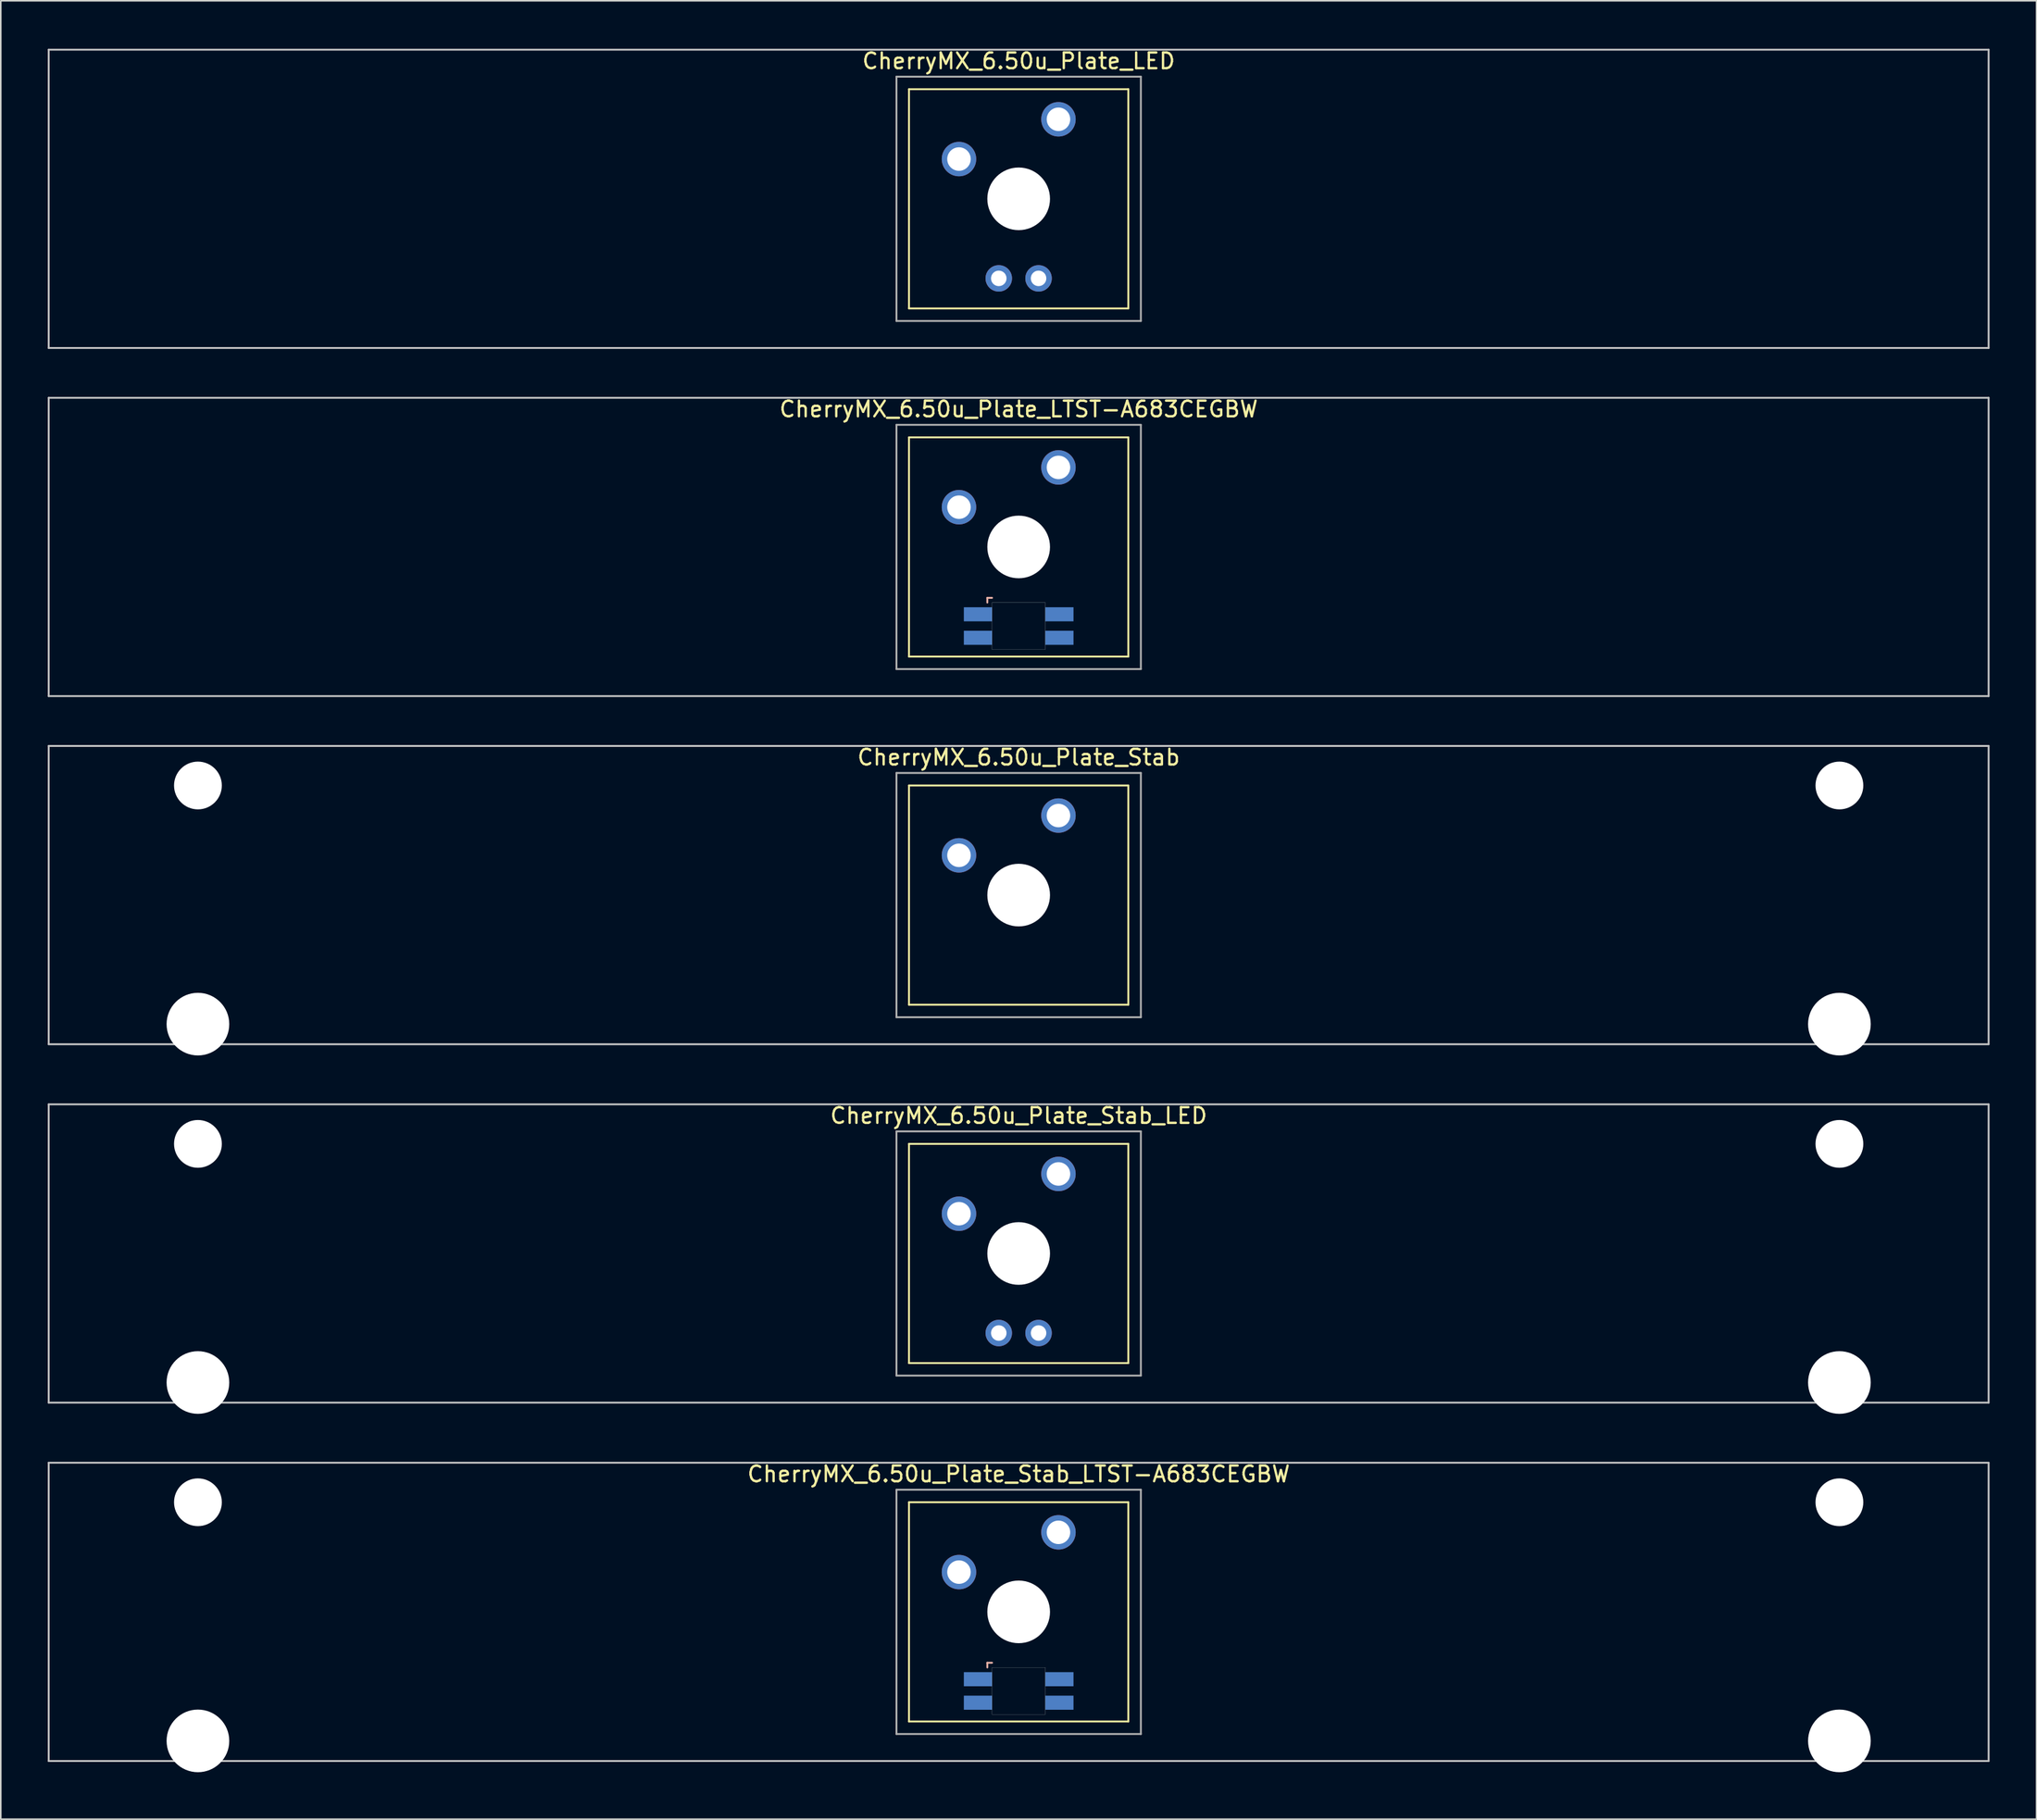
<source format=kicad_pcb>
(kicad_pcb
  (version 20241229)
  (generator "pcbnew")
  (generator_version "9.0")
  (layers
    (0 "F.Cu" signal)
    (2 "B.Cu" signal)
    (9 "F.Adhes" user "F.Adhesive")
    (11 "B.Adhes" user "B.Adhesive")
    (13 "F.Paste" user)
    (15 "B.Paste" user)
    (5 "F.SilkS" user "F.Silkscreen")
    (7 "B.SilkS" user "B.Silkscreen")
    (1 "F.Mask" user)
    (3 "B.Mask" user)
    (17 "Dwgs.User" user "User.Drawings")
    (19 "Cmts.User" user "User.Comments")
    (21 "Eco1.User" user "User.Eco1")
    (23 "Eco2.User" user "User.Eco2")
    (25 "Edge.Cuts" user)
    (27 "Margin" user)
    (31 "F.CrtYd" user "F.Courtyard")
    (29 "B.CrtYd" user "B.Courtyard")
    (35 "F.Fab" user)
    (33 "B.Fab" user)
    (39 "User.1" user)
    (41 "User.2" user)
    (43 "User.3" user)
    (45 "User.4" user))
  (footprint "CherryMX_6.50u_Plate_LTST-A683CEGBW"
    (layer "F.Cu")
    (at 61.972 31.881)
    (property "Reference" "CherryMX_6.50u_Plate_LTST-A683CEGBW" (at 0 -8.8 0) (layer "F.SilkS") (effects (font (size 1 1) (thickness 0.15))))
    (attr through_hole)
    (fp_line (start -7 -7) (end -7 7) (stroke (width 0.12) (type solid)) (layer "F.SilkS"))
    (fp_line (start -7 -7) (end 7 -7) (stroke (width 0.12) (type solid)) (layer "F.SilkS"))
    (fp_line (start 7 -7) (end 7 7) (stroke (width 0.12) (type solid)) (layer "F.SilkS"))
    (fp_line (start 7 7) (end -7 7) (stroke (width 0.12) (type solid)) (layer "F.SilkS"))
    (fp_line (start -2 3.25) (end -2 3.55) (stroke (width 0.12) (type solid)) (layer "B.SilkS"))
    (fp_line (start -1.7 3.25) (end -2 3.25) (stroke (width 0.12) (type solid)) (layer "B.SilkS"))
    (fp_line (start -61.913 -9.525) (end 61.913 -9.525) (stroke (width 0.12) (type solid)) (layer "Dwgs.User"))
    (fp_line (start -61.913 9.525) (end -61.913 -9.525) (stroke (width 0.12) (type solid)) (layer "Dwgs.User"))
    (fp_line (start 61.913 -9.525) (end 61.913 9.525) (stroke (width 0.12) (type solid)) (layer "Dwgs.User"))
    (fp_line (start 61.913 9.525) (end -61.913 9.525) (stroke (width 0.12) (type solid)) (layer "Dwgs.User"))
    (fp_poly (pts (xy 1.7 6.55) (xy -1.7 6.55) (xy -1.7 3.55) (xy 1.7 3.55)) (stroke (width 0.01) (type solid)) (fill no) (layer "Edge.Cuts"))
    (fp_line (start -7.8 -7.8) (end -7.8 7.8) (stroke (width 0.12) (type solid)) (layer "F.Fab"))
    (fp_line (start -7.8 -7.8) (end 7.8 -7.8) (stroke (width 0.12) (type solid)) (layer "F.Fab"))
    (fp_line (start -7.8 7.8) (end 7.8 7.8) (stroke (width 0.12) (type solid)) (layer "F.Fab"))
    (fp_line (start 7.8 -7.8) (end 7.8 7.8) (stroke (width 0.12) (type solid)) (layer "F.Fab"))
    (pad "" np_thru_hole circle (at 0 0) (size 4 4) (drill 4) (layers "*.Cu" "*.Mask"))
    (pad "1" thru_hole circle (at -3.81 -2.54) (size 2.2 2.2) (drill 1.5) (layers "*.Cu" "*.Mask"))
    (pad "2" thru_hole circle (at 2.54 -5.08) (size 2.2 2.2) (drill 1.5) (layers "*.Cu" "*.Mask"))
    (pad "3" smd rect (at -2.6 4.3) (size 1.8 0.9) (layers "B.Cu" "B.Mask" "B.Paste"))
    (pad "4" smd rect (at -2.6 5.8) (size 1.8 0.9) (layers "B.Cu" "B.Mask" "B.Paste"))
    (pad "5" smd rect (at 2.6 4.3) (size 1.8 0.9) (layers "B.Cu" "B.Mask" "B.Paste"))
    (pad "6" smd rect (at 2.6 5.8) (size 1.8 0.9) (layers "B.Cu" "B.Mask" "B.Paste")))
  (footprint "CherryMX_6.50u_Plate_Stab_LTST-A683CEGBW"
    (layer "F.Cu")
    (at 61.972 99.891)
    (property "Reference" "CherryMX_6.50u_Plate_Stab_LTST-A683CEGBW" (at 0 -8.8 0) (layer "F.SilkS") (effects (font (size 1 1) (thickness 0.15))))
    (attr through_hole)
    (fp_line (start -7 -7) (end -7 7) (stroke (width 0.12) (type solid)) (layer "F.SilkS"))
    (fp_line (start -7 -7) (end 7 -7) (stroke (width 0.12) (type solid)) (layer "F.SilkS"))
    (fp_line (start 7 -7) (end 7 7) (stroke (width 0.12) (type solid)) (layer "F.SilkS"))
    (fp_line (start 7 7) (end -7 7) (stroke (width 0.12) (type solid)) (layer "F.SilkS"))
    (fp_line (start -2 3.25) (end -2 3.55) (stroke (width 0.12) (type solid)) (layer "B.SilkS"))
    (fp_line (start -1.7 3.25) (end -2 3.25) (stroke (width 0.12) (type solid)) (layer "B.SilkS"))
    (fp_line (start -61.913 -9.525) (end 61.913 -9.525) (stroke (width 0.12) (type solid)) (layer "Dwgs.User"))
    (fp_line (start -61.913 9.525) (end -61.913 -9.525) (stroke (width 0.12) (type solid)) (layer "Dwgs.User"))
    (fp_line (start 61.913 -9.525) (end 61.913 9.525) (stroke (width 0.12) (type solid)) (layer "Dwgs.User"))
    (fp_line (start 61.913 9.525) (end -61.913 9.525) (stroke (width 0.12) (type solid)) (layer "Dwgs.User"))
    (fp_poly (pts (xy 1.7 6.55) (xy -1.7 6.55) (xy -1.7 3.55) (xy 1.7 3.55)) (stroke (width 0.01) (type solid)) (fill no) (layer "Edge.Cuts"))
    (fp_line (start -7.8 -7.8) (end -7.8 7.8) (stroke (width 0.12) (type solid)) (layer "F.Fab"))
    (fp_line (start -7.8 -7.8) (end 7.8 -7.8) (stroke (width 0.12) (type solid)) (layer "F.Fab"))
    (fp_line (start -7.8 7.8) (end 7.8 7.8) (stroke (width 0.12) (type solid)) (layer "F.Fab"))
    (fp_line (start 7.8 -7.8) (end 7.8 7.8) (stroke (width 0.12) (type solid)) (layer "F.Fab"))
    (pad "" np_thru_hole circle (at -52.388 -7) (size 3.05 3.05) (drill 3.05) (layers "*.Cu" "*.Mask"))
    (pad "" np_thru_hole circle (at -52.388 8.24) (size 4 4) (drill 4) (layers "*.Cu" "*.Mask"))
    (pad "" np_thru_hole circle (at 0 0) (size 4 4) (drill 4) (layers "*.Cu" "*.Mask"))
    (pad "" np_thru_hole circle (at 52.388 -7) (size 3.05 3.05) (drill 3.05) (layers "*.Cu" "*.Mask"))
    (pad "" np_thru_hole circle (at 52.388 8.24) (size 4 4) (drill 4) (layers "*.Cu" "*.Mask"))
    (pad "1" thru_hole circle (at -3.81 -2.54) (size 2.2 2.2) (drill 1.5) (layers "*.Cu" "*.Mask"))
    (pad "2" thru_hole circle (at 2.54 -5.08) (size 2.2 2.2) (drill 1.5) (layers "*.Cu" "*.Mask"))
    (pad "3" smd rect (at -2.6 4.3) (size 1.8 0.9) (layers "B.Cu" "B.Mask" "B.Paste"))
    (pad "4" smd rect (at -2.6 5.8) (size 1.8 0.9) (layers "B.Cu" "B.Mask" "B.Paste"))
    (pad "5" smd rect (at 2.6 4.3) (size 1.8 0.9) (layers "B.Cu" "B.Mask" "B.Paste"))
    (pad "6" smd rect (at 2.6 5.8) (size 1.8 0.9) (layers "B.Cu" "B.Mask" "B.Paste")))
  (footprint "CherryMX_6.50u_Plate_LED"
    (layer "F.Cu")
    (at 61.972 9.648)
    (property "Reference" "CherryMX_6.50u_Plate_LED" (at 0 -8.8 0) (layer "F.SilkS") (effects (font (size 1 1) (thickness 0.15))))
    (attr through_hole)
    (fp_line (start -7 -7) (end -7 7) (stroke (width 0.12) (type solid)) (layer "F.SilkS"))
    (fp_line (start -7 -7) (end 7 -7) (stroke (width 0.12) (type solid)) (layer "F.SilkS"))
    (fp_line (start 7 -7) (end 7 7) (stroke (width 0.12) (type solid)) (layer "F.SilkS"))
    (fp_line (start 7 7) (end -7 7) (stroke (width 0.12) (type solid)) (layer "F.SilkS"))
    (fp_line (start -61.913 -9.525) (end 61.913 -9.525) (stroke (width 0.12) (type solid)) (layer "Dwgs.User"))
    (fp_line (start -61.913 9.525) (end -61.913 -9.525) (stroke (width 0.12) (type solid)) (layer "Dwgs.User"))
    (fp_line (start 61.913 -9.525) (end 61.913 9.525) (stroke (width 0.12) (type solid)) (layer "Dwgs.User"))
    (fp_line (start 61.913 9.525) (end -61.913 9.525) (stroke (width 0.12) (type solid)) (layer "Dwgs.User"))
    (fp_line (start -7.8 -7.8) (end -7.8 7.8) (stroke (width 0.12) (type solid)) (layer "F.Fab"))
    (fp_line (start -7.8 -7.8) (end 7.8 -7.8) (stroke (width 0.12) (type solid)) (layer "F.Fab"))
    (fp_line (start -7.8 7.8) (end 7.8 7.8) (stroke (width 0.12) (type solid)) (layer "F.Fab"))
    (fp_line (start 7.8 -7.8) (end 7.8 7.8) (stroke (width 0.12) (type solid)) (layer "F.Fab"))
    (pad "" np_thru_hole circle (at 0 0) (size 4 4) (drill 4) (layers "*.Cu" "*.Mask"))
    (pad "1" thru_hole circle (at -3.81 -2.54) (size 2.2 2.2) (drill 1.5) (layers "*.Cu" "*.Mask"))
    (pad "2" thru_hole circle (at 2.54 -5.08) (size 2.2 2.2) (drill 1.5) (layers "*.Cu" "*.Mask"))
    (pad "3" thru_hole circle (at -1.27 5.08) (size 1.691 1.691) (drill 0.991) (layers "*.Cu" "*.Mask"))
    (pad "4" thru_hole circle (at 1.27 5.08) (size 1.691 1.691) (drill 0.991) (layers "*.Cu" "*.Mask")))
  (footprint "CherryMX_6.50u_Plate_Stab"
    (layer "F.Cu")
    (at 61.972 54.115)
    (property "Reference" "CherryMX_6.50u_Plate_Stab" (at 0 -8.8 0) (layer "F.SilkS") (effects (font (size 1 1) (thickness 0.15))))
    (attr through_hole)
    (fp_line (start -7 -7) (end -7 7) (stroke (width 0.12) (type solid)) (layer "F.SilkS"))
    (fp_line (start -7 -7) (end 7 -7) (stroke (width 0.12) (type solid)) (layer "F.SilkS"))
    (fp_line (start 7 -7) (end 7 7) (stroke (width 0.12) (type solid)) (layer "F.SilkS"))
    (fp_line (start 7 7) (end -7 7) (stroke (width 0.12) (type solid)) (layer "F.SilkS"))
    (fp_line (start -61.913 -9.525) (end 61.913 -9.525) (stroke (width 0.12) (type solid)) (layer "Dwgs.User"))
    (fp_line (start -61.913 9.525) (end -61.913 -9.525) (stroke (width 0.12) (type solid)) (layer "Dwgs.User"))
    (fp_line (start 61.913 -9.525) (end 61.913 9.525) (stroke (width 0.12) (type solid)) (layer "Dwgs.User"))
    (fp_line (start 61.913 9.525) (end -61.913 9.525) (stroke (width 0.12) (type solid)) (layer "Dwgs.User"))
    (fp_line (start -7.8 -7.8) (end -7.8 7.8) (stroke (width 0.12) (type solid)) (layer "F.Fab"))
    (fp_line (start -7.8 -7.8) (end 7.8 -7.8) (stroke (width 0.12) (type solid)) (layer "F.Fab"))
    (fp_line (start -7.8 7.8) (end 7.8 7.8) (stroke (width 0.12) (type solid)) (layer "F.Fab"))
    (fp_line (start 7.8 -7.8) (end 7.8 7.8) (stroke (width 0.12) (type solid)) (layer "F.Fab"))
    (pad "" np_thru_hole circle (at -52.388 -7) (size 3.05 3.05) (drill 3.05) (layers "*.Cu" "*.Mask"))
    (pad "" np_thru_hole circle (at -52.388 8.24) (size 4 4) (drill 4) (layers "*.Cu" "*.Mask"))
    (pad "" np_thru_hole circle (at 0 0) (size 4 4) (drill 4) (layers "*.Cu" "*.Mask"))
    (pad "" np_thru_hole circle (at 52.388 -7) (size 3.05 3.05) (drill 3.05) (layers "*.Cu" "*.Mask"))
    (pad "" np_thru_hole circle (at 52.388 8.24) (size 4 4) (drill 4) (layers "*.Cu" "*.Mask"))
    (pad "1" thru_hole circle (at -3.81 -2.54) (size 2.2 2.2) (drill 1.5) (layers "*.Cu" "*.Mask"))
    (pad "2" thru_hole circle (at 2.54 -5.08) (size 2.2 2.2) (drill 1.5) (layers "*.Cu" "*.Mask")))
  (footprint "CherryMX_6.50u_Plate_Stab_LED"
    (layer "F.Cu")
    (at 61.972 77.003)
    (property "Reference" "CherryMX_6.50u_Plate_Stab_LED" (at 0 -8.8 0) (layer "F.SilkS") (effects (font (size 1 1) (thickness 0.15))))
    (attr through_hole)
    (fp_line (start -7 -7) (end -7 7) (stroke (width 0.12) (type solid)) (layer "F.SilkS"))
    (fp_line (start -7 -7) (end 7 -7) (stroke (width 0.12) (type solid)) (layer "F.SilkS"))
    (fp_line (start 7 -7) (end 7 7) (stroke (width 0.12) (type solid)) (layer "F.SilkS"))
    (fp_line (start 7 7) (end -7 7) (stroke (width 0.12) (type solid)) (layer "F.SilkS"))
    (fp_line (start -61.913 -9.525) (end 61.913 -9.525) (stroke (width 0.12) (type solid)) (layer "Dwgs.User"))
    (fp_line (start -61.913 9.525) (end -61.913 -9.525) (stroke (width 0.12) (type solid)) (layer "Dwgs.User"))
    (fp_line (start 61.913 -9.525) (end 61.913 9.525) (stroke (width 0.12) (type solid)) (layer "Dwgs.User"))
    (fp_line (start 61.913 9.525) (end -61.913 9.525) (stroke (width 0.12) (type solid)) (layer "Dwgs.User"))
    (fp_line (start -7.8 -7.8) (end -7.8 7.8) (stroke (width 0.12) (type solid)) (layer "F.Fab"))
    (fp_line (start -7.8 -7.8) (end 7.8 -7.8) (stroke (width 0.12) (type solid)) (layer "F.Fab"))
    (fp_line (start -7.8 7.8) (end 7.8 7.8) (stroke (width 0.12) (type solid)) (layer "F.Fab"))
    (fp_line (start 7.8 -7.8) (end 7.8 7.8) (stroke (width 0.12) (type solid)) (layer "F.Fab"))
    (pad "" np_thru_hole circle (at -52.388 -7) (size 3.05 3.05) (drill 3.05) (layers "*.Cu" "*.Mask"))
    (pad "" np_thru_hole circle (at -52.388 8.24) (size 4 4) (drill 4) (layers "*.Cu" "*.Mask"))
    (pad "" np_thru_hole circle (at 0 0) (size 4 4) (drill 4) (layers "*.Cu" "*.Mask"))
    (pad "" np_thru_hole circle (at 52.388 -7) (size 3.05 3.05) (drill 3.05) (layers "*.Cu" "*.Mask"))
    (pad "" np_thru_hole circle (at 52.388 8.24) (size 4 4) (drill 4) (layers "*.Cu" "*.Mask"))
    (pad "1" thru_hole circle (at -3.81 -2.54) (size 2.2 2.2) (drill 1.5) (layers "*.Cu" "*.Mask"))
    (pad "2" thru_hole circle (at 2.54 -5.08) (size 2.2 2.2) (drill 1.5) (layers "*.Cu" "*.Mask"))
    (pad "3" thru_hole circle (at -1.27 5.08) (size 1.691 1.691) (drill 0.991) (layers "*.Cu" "*.Mask"))
    (pad "4" thru_hole circle (at 1.27 5.08) (size 1.691 1.691) (drill 0.991) (layers "*.Cu" "*.Mask")))
  (gr_rect
    (start -3 -3)
    (end 126.945 113.131)
    (stroke (width 0.1) (type default))
    (fill no)
    (layer "Edge.Cuts")))
</source>
